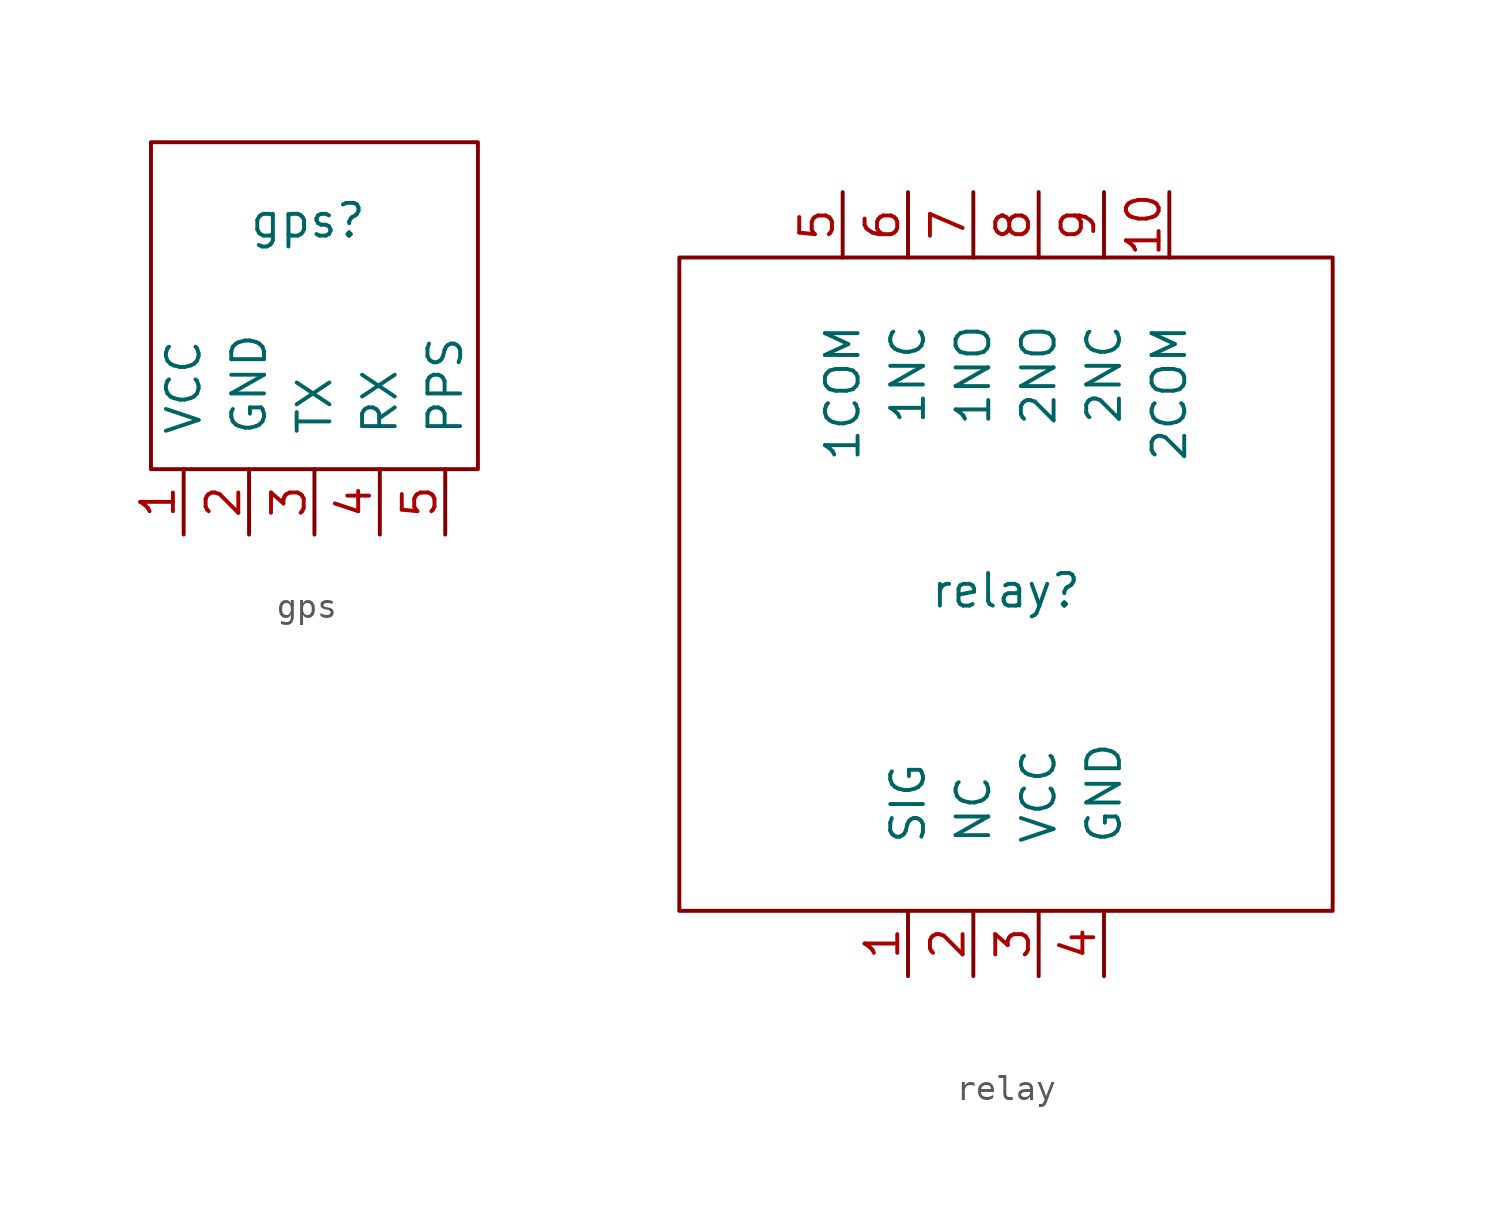
<source format=kicad_sym>
(kicad_symbol_lib
  (version 20231120)
  (generator "kicad_symbol_editor")
  (generator_version "8.0")
  (symbol "gps"
    (pin_names
      (offset 1.27))
    (property "Reference" "gps"
      (at 6.096 9.652 0)
      (effects (font (size 1.27 1.27))))
    (property "Value" ""
      (at 0 0 0)
      (effects (font (size 1.27 1.27))))
    (symbol "gps_0_1"
      (rectangle (start 0 12.7) (end 12.7 0) (stroke (width 0) (type default)) (fill (type none))))
    (symbol "gps_1_1"
      (pin power_in line (at 1.27 -2.54 90) (length 2.54) (name "VCC" (effects (font (size 1.27 1.27)))) (number "1" (effects (font (size 1.27 1.27)))))
      (pin power_in line (at 3.81 -2.54 90) (length 2.54) (name "GND" (effects (font (size 1.27 1.27)))) (number "2" (effects (font (size 1.27 1.27)))))
      (pin output line (at 6.35 -2.54 90) (length 2.54) (name "TX" (effects (font (size 1.27 1.27)))) (number "3" (effects (font (size 1.27 1.27)))))
      (pin input line (at 8.89 -2.54 90) (length 2.54) (name "RX" (effects (font (size 1.27 1.27)))) (number "4" (effects (font (size 1.27 1.27)))))
      (pin passive line (at 11.43 -2.54 90) (length 2.54) (name "PPS" (effects (font (size 1.27 1.27)))) (number "5" (effects (font (size 1.27 1.27)))))))
  (symbol "relay"
    (pin_names
      (offset 2.54))
    (property "Reference" "relay"
      (at 0 12.446 0)
      (effects (font (size 1.27 1.27))))
    (property "Value" ""
      (at 0 0 0)
      (effects (font (size 1.27 1.27))))
    (symbol "relay_0_1"
      (rectangle (start -12.7 25.4) (end 12.7 0) (stroke (width 0) (type default)) (fill (type none))))
    (symbol "relay_1_1"
      (pin input line (at -3.81 -2.54 90) (length 2.54) (name "SIG" (effects (font (size 1.27 1.27)))) (number "1" (effects (font (size 1.27 1.27)))))
      (pin power_in line (at 6.35 27.94 270) (length 2.54) (name "2COM" (effects (font (size 1.27 1.27)))) (number "10" (effects (font (size 1.27 1.27)))))
      (pin passive line (at -1.27 -2.54 90) (length 2.54) (name "NC" (effects (font (size 1.27 1.27)))) (number "2" (effects (font (size 1.27 1.27)))))
      (pin power_in line (at 1.27 -2.54 90) (length 2.54) (name "VCC" (effects (font (size 1.27 1.27)))) (number "3" (effects (font (size 1.27 1.27)))))
      (pin power_in line (at 3.81 -2.54 90) (length 2.54) (name "GND" (effects (font (size 1.27 1.27)))) (number "4" (effects (font (size 1.27 1.27)))))
      (pin power_in line (at -6.35 27.94 270) (length 2.54) (name "1COM" (effects (font (size 1.27 1.27)))) (number "5" (effects (font (size 1.27 1.27)))))
      (pin power_out line (at -3.81 27.94 270) (length 2.54) (name "1NC" (effects (font (size 1.27 1.27)))) (number "6" (effects (font (size 1.27 1.27)))))
      (pin power_out line (at -1.27 27.94 270) (length 2.54) (name "1NO" (effects (font (size 1.27 1.27)))) (number "7" (effects (font (size 1.27 1.27)))))
      (pin power_out line (at 1.27 27.94 270) (length 2.54) (name "2NO" (effects (font (size 1.27 1.27)))) (number "8" (effects (font (size 1.27 1.27)))))
      (pin power_out line (at 3.81 27.94 270) (length 2.54) (name "2NC" (effects (font (size 1.27 1.27)))) (number "9" (effects (font (size 1.27 1.27))))))))
</source>
